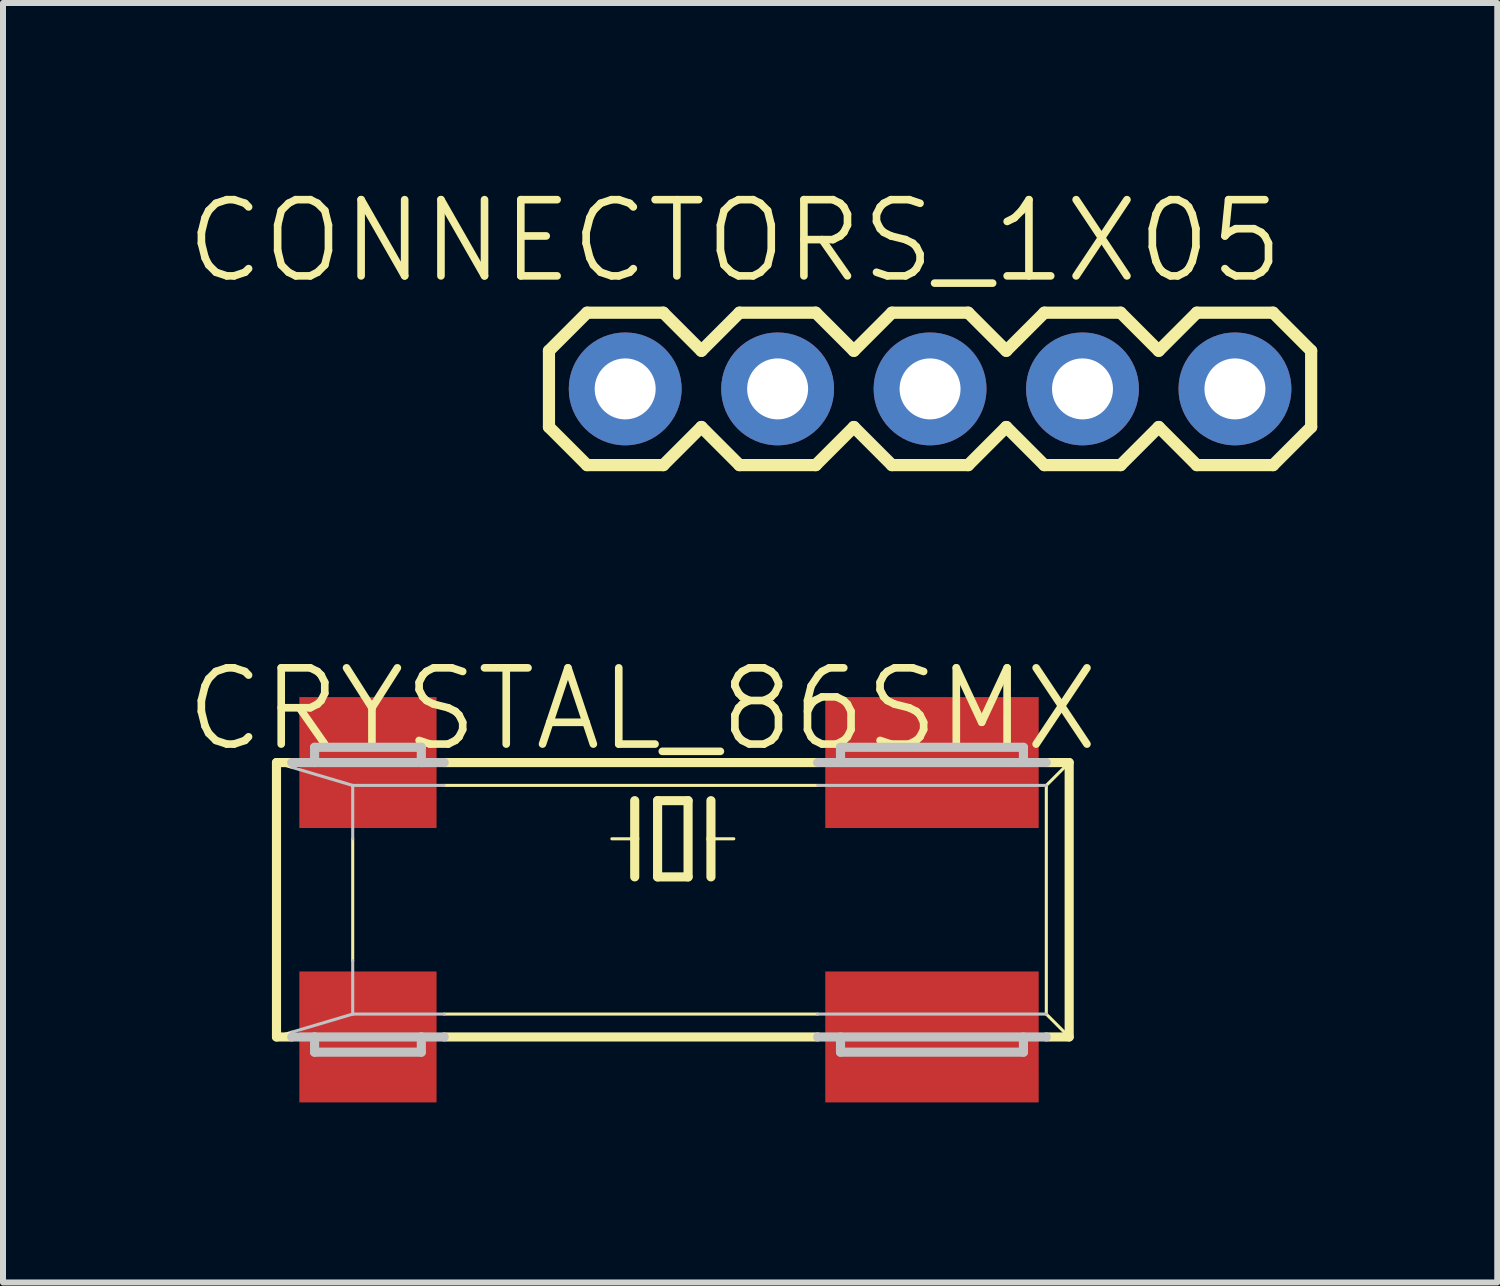
<source format=kicad_pcb>
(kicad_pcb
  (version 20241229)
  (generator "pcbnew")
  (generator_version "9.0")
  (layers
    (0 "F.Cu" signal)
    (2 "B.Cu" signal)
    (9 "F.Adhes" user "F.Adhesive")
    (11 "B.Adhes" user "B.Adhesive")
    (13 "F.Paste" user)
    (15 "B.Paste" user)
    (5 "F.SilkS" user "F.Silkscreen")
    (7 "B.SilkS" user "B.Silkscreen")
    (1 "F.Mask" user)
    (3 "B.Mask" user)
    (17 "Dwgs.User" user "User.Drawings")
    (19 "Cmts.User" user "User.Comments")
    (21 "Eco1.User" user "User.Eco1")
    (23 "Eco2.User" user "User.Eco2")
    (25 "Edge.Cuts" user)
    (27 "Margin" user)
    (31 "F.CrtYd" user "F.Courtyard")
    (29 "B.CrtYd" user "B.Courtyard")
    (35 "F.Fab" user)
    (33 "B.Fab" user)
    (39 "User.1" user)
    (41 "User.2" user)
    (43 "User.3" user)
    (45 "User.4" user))
  (footprint "CONNECTORS_1X05"
    (layer "F.Cu")
    (at 7.367 3.43)
    (property "Reference" "CONNECTORS_1X05" (at 1.829 -2.464 0) (layer "F.SilkS") (effects (font (size 1.27 1.27) (thickness 0.127))))
    (attr exclude_from_pos_files exclude_from_bom)
    (fp_line (start -1.27 -0.635) (end -1.27 0.635) (stroke (width 0.203) (type solid)) (layer "F.SilkS"))
    (fp_line (start -1.27 0.635) (end -0.635 1.27) (stroke (width 0.203) (type solid)) (layer "F.SilkS"))
    (fp_line (start -0.635 -1.27) (end -1.27 -0.635) (stroke (width 0.203) (type solid)) (layer "F.SilkS"))
    (fp_line (start -0.635 -1.27) (end 0.635 -1.27) (stroke (width 0.203) (type solid)) (layer "F.SilkS"))
    (fp_line (start 0.635 -1.27) (end 1.27 -0.635) (stroke (width 0.203) (type solid)) (layer "F.SilkS"))
    (fp_line (start 0.635 1.27) (end -0.635 1.27) (stroke (width 0.203) (type solid)) (layer "F.SilkS"))
    (fp_line (start 1.27 -0.635) (end 1.905 -1.27) (stroke (width 0.203) (type solid)) (layer "F.SilkS"))
    (fp_line (start 1.27 0.635) (end 0.635 1.27) (stroke (width 0.203) (type solid)) (layer "F.SilkS"))
    (fp_line (start 1.905 -1.27) (end 3.175 -1.27) (stroke (width 0.203) (type solid)) (layer "F.SilkS"))
    (fp_line (start 1.905 1.27) (end 1.27 0.635) (stroke (width 0.203) (type solid)) (layer "F.SilkS"))
    (fp_line (start 3.175 -1.27) (end 3.81 -0.635) (stroke (width 0.203) (type solid)) (layer "F.SilkS"))
    (fp_line (start 3.175 1.27) (end 1.905 1.27) (stroke (width 0.203) (type solid)) (layer "F.SilkS"))
    (fp_line (start 3.81 -0.635) (end 4.445 -1.27) (stroke (width 0.203) (type solid)) (layer "F.SilkS"))
    (fp_line (start 3.81 0.635) (end 3.175 1.27) (stroke (width 0.203) (type solid)) (layer "F.SilkS"))
    (fp_line (start 4.445 -1.27) (end 5.715 -1.27) (stroke (width 0.203) (type solid)) (layer "F.SilkS"))
    (fp_line (start 4.445 1.27) (end 3.81 0.635) (stroke (width 0.203) (type solid)) (layer "F.SilkS"))
    (fp_line (start 5.715 -1.27) (end 6.35 -0.635) (stroke (width 0.203) (type solid)) (layer "F.SilkS"))
    (fp_line (start 5.715 1.27) (end 4.445 1.27) (stroke (width 0.203) (type solid)) (layer "F.SilkS"))
    (fp_line (start 6.35 0.635) (end 5.715 1.27) (stroke (width 0.203) (type solid)) (layer "F.SilkS"))
    (fp_line (start 6.35 0.635) (end 6.985 1.27) (stroke (width 0.203) (type solid)) (layer "F.SilkS"))
    (fp_line (start 6.985 -1.27) (end 6.35 -0.635) (stroke (width 0.203) (type solid)) (layer "F.SilkS"))
    (fp_line (start 6.985 -1.27) (end 8.255 -1.27) (stroke (width 0.203) (type solid)) (layer "F.SilkS"))
    (fp_line (start 8.255 -1.27) (end 8.89 -0.635) (stroke (width 0.203) (type solid)) (layer "F.SilkS"))
    (fp_line (start 8.255 1.27) (end 6.985 1.27) (stroke (width 0.203) (type solid)) (layer "F.SilkS"))
    (fp_line (start 8.89 -0.635) (end 9.525 -1.27) (stroke (width 0.203) (type solid)) (layer "F.SilkS"))
    (fp_line (start 8.89 0.635) (end 8.255 1.27) (stroke (width 0.203) (type solid)) (layer "F.SilkS"))
    (fp_line (start 9.525 -1.27) (end 10.795 -1.27) (stroke (width 0.203) (type solid)) (layer "F.SilkS"))
    (fp_line (start 9.525 1.27) (end 8.89 0.635) (stroke (width 0.203) (type solid)) (layer "F.SilkS"))
    (fp_line (start 10.795 -1.27) (end 11.43 -0.635) (stroke (width 0.203) (type solid)) (layer "F.SilkS"))
    (fp_line (start 10.795 1.27) (end 9.525 1.27) (stroke (width 0.203) (type solid)) (layer "F.SilkS"))
    (fp_line (start 11.43 -0.635) (end 11.43 0.635) (stroke (width 0.203) (type solid)) (layer "F.SilkS"))
    (fp_line (start 11.43 0.635) (end 10.795 1.27) (stroke (width 0.203) (type solid)) (layer "F.SilkS"))
    (fp_line (start -0.254 -0.254) (end 0.254 -0.254) (stroke (width 0.066) (type solid)) (layer "Dwgs.User"))
    (fp_line (start -0.254 0.254) (end -0.254 -0.254) (stroke (width 0.066) (type solid)) (layer "Dwgs.User"))
    (fp_line (start -0.254 0.254) (end 0.254 0.254) (stroke (width 0.066) (type solid)) (layer "Dwgs.User"))
    (fp_line (start 0.254 0.254) (end 0.254 -0.254) (stroke (width 0.066) (type solid)) (layer "Dwgs.User"))
    (fp_line (start 2.286 -0.254) (end 2.794 -0.254) (stroke (width 0.066) (type solid)) (layer "Dwgs.User"))
    (fp_line (start 2.286 0.254) (end 2.286 -0.254) (stroke (width 0.066) (type solid)) (layer "Dwgs.User"))
    (fp_line (start 2.286 0.254) (end 2.794 0.254) (stroke (width 0.066) (type solid)) (layer "Dwgs.User"))
    (fp_line (start 2.794 0.254) (end 2.794 -0.254) (stroke (width 0.066) (type solid)) (layer "Dwgs.User"))
    (fp_line (start 4.826 -0.254) (end 5.334 -0.254) (stroke (width 0.066) (type solid)) (layer "Dwgs.User"))
    (fp_line (start 4.826 0.254) (end 4.826 -0.254) (stroke (width 0.066) (type solid)) (layer "Dwgs.User"))
    (fp_line (start 4.826 0.254) (end 5.334 0.254) (stroke (width 0.066) (type solid)) (layer "Dwgs.User"))
    (fp_line (start 5.334 0.254) (end 5.334 -0.254) (stroke (width 0.066) (type solid)) (layer "Dwgs.User"))
    (fp_line (start 7.366 -0.254) (end 7.874 -0.254) (stroke (width 0.066) (type solid)) (layer "Dwgs.User"))
    (fp_line (start 7.366 0.254) (end 7.366 -0.254) (stroke (width 0.066) (type solid)) (layer "Dwgs.User"))
    (fp_line (start 7.366 0.254) (end 7.874 0.254) (stroke (width 0.066) (type solid)) (layer "Dwgs.User"))
    (fp_line (start 7.874 0.254) (end 7.874 -0.254) (stroke (width 0.066) (type solid)) (layer "Dwgs.User"))
    (fp_line (start 9.906 -0.254) (end 10.414 -0.254) (stroke (width 0.066) (type solid)) (layer "Dwgs.User"))
    (fp_line (start 9.906 0.254) (end 9.906 -0.254) (stroke (width 0.066) (type solid)) (layer "Dwgs.User"))
    (fp_line (start 9.906 0.254) (end 10.414 0.254) (stroke (width 0.066) (type solid)) (layer "Dwgs.User"))
    (fp_line (start 10.414 0.254) (end 10.414 -0.254) (stroke (width 0.066) (type solid)) (layer "Dwgs.User"))
    (pad "1" thru_hole circle (at 0 0) (size 1.88 1.88) (drill 1.016) (layers "*.Cu" "*.Paste" "*.Mask"))
    (pad "2" thru_hole circle (at 2.54 0) (size 1.88 1.88) (drill 1.016) (layers "*.Cu" "*.Paste" "*.Mask"))
    (pad "3" thru_hole circle (at 5.08 0) (size 1.88 1.88) (drill 1.016) (layers "*.Cu" "*.Paste" "*.Mask"))
    (pad "4" thru_hole circle (at 7.62 0) (size 1.88 1.88) (drill 1.016) (layers "*.Cu" "*.Paste" "*.Mask"))
    (pad "5" thru_hole circle (at 10.16 0) (size 1.88 1.88) (drill 1.016) (layers "*.Cu" "*.Paste" "*.Mask")))
  (footprint "CRYSTAL_86SMX"
    (layer "F.Cu")
    (at 8.161 11.942)
    (property "Reference" "CRYSTAL_86SMX" (at -0.508 -3.175 0) (layer "F.SilkS") (effects (font (size 1.27 1.27) (thickness 0.127))))
    (attr smd)
    (fp_line (start -6.604 -2.286) (end -6.35 -2.286) (stroke (width 0.152) (type solid)) (layer "F.SilkS"))
    (fp_line (start -6.604 2.286) (end -6.604 -2.286) (stroke (width 0.152) (type solid)) (layer "F.SilkS"))
    (fp_line (start -6.604 2.286) (end -6.35 2.286) (stroke (width 0.152) (type solid)) (layer "F.SilkS"))
    (fp_line (start -6.35 -2.207) (end -6.604 -2.286) (stroke (width 0.051) (type solid)) (layer "F.SilkS"))
    (fp_line (start -6.35 2.207) (end -6.604 2.286) (stroke (width 0.051) (type solid)) (layer "F.SilkS"))
    (fp_line (start -5.334 -1.016) (end -5.334 1.016) (stroke (width 0.051) (type solid)) (layer "F.SilkS"))
    (fp_line (start -3.81 -2.286) (end 2.413 -2.286) (stroke (width 0.152) (type solid)) (layer "F.SilkS"))
    (fp_line (start -3.81 -1.905) (end 2.413 -1.905) (stroke (width 0.051) (type solid)) (layer "F.SilkS"))
    (fp_line (start -3.81 1.905) (end 2.413 1.905) (stroke (width 0.051) (type solid)) (layer "F.SilkS"))
    (fp_line (start -3.81 2.286) (end 2.413 2.286) (stroke (width 0.152) (type solid)) (layer "F.SilkS"))
    (fp_line (start -0.635 -1.651) (end -0.635 -1.016) (stroke (width 0.152) (type solid)) (layer "F.SilkS"))
    (fp_line (start -0.635 -1.016) (end -1.016 -1.016) (stroke (width 0.051) (type solid)) (layer "F.SilkS"))
    (fp_line (start -0.635 -1.016) (end -0.635 -0.381) (stroke (width 0.152) (type solid)) (layer "F.SilkS"))
    (fp_line (start -0.254 -1.651) (end -0.254 -0.381) (stroke (width 0.152) (type solid)) (layer "F.SilkS"))
    (fp_line (start -0.254 -0.381) (end 0.254 -0.381) (stroke (width 0.152) (type solid)) (layer "F.SilkS"))
    (fp_line (start 0.254 -1.651) (end -0.254 -1.651) (stroke (width 0.152) (type solid)) (layer "F.SilkS"))
    (fp_line (start 0.254 -0.381) (end 0.254 -1.651) (stroke (width 0.152) (type solid)) (layer "F.SilkS"))
    (fp_line (start 0.635 -1.651) (end 0.635 -1.016) (stroke (width 0.152) (type solid)) (layer "F.SilkS"))
    (fp_line (start 0.635 -1.016) (end 0.635 -0.381) (stroke (width 0.152) (type solid)) (layer "F.SilkS"))
    (fp_line (start 0.635 -1.016) (end 1.016 -1.016) (stroke (width 0.051) (type solid)) (layer "F.SilkS"))
    (fp_line (start 6.223 -2.286) (end 6.604 -2.286) (stroke (width 0.152) (type solid)) (layer "F.SilkS"))
    (fp_line (start 6.223 -1.905) (end 6.604 -2.286) (stroke (width 0.051) (type solid)) (layer "F.SilkS"))
    (fp_line (start 6.223 1.905) (end 6.223 -1.905) (stroke (width 0.051) (type solid)) (layer "F.SilkS"))
    (fp_line (start 6.223 1.905) (end 6.604 2.286) (stroke (width 0.051) (type solid)) (layer "F.SilkS"))
    (fp_line (start 6.223 2.286) (end 6.604 2.286) (stroke (width 0.152) (type solid)) (layer "F.SilkS"))
    (fp_line (start 6.604 -2.286) (end 6.604 2.286) (stroke (width 0.152) (type solid)) (layer "F.SilkS"))
    (fp_line (start -6.35 -2.286) (end -5.969 -2.286) (stroke (width 0.152) (type solid)) (layer "Dwgs.User"))
    (fp_line (start -6.35 2.286) (end -5.969 2.286) (stroke (width 0.152) (type solid)) (layer "Dwgs.User"))
    (fp_line (start -5.969 -2.54) (end -5.969 -2.286) (stroke (width 0.152) (type solid)) (layer "Dwgs.User"))
    (fp_line (start -5.969 -2.54) (end -4.191 -2.54) (stroke (width 0.152) (type solid)) (layer "Dwgs.User"))
    (fp_line (start -5.969 -2.286) (end -4.191 -2.286) (stroke (width 0.152) (type solid)) (layer "Dwgs.User"))
    (fp_line (start -5.969 2.286) (end -4.191 2.286) (stroke (width 0.152) (type solid)) (layer "Dwgs.User"))
    (fp_line (start -5.969 2.54) (end -5.969 2.286) (stroke (width 0.152) (type solid)) (layer "Dwgs.User"))
    (fp_line (start -5.969 2.54) (end -4.191 2.54) (stroke (width 0.152) (type solid)) (layer "Dwgs.User"))
    (fp_line (start -5.334 -1.905) (end -6.35 -2.207) (stroke (width 0.051) (type solid)) (layer "Dwgs.User"))
    (fp_line (start -5.334 -1.905) (end -5.334 -1.016) (stroke (width 0.051) (type solid)) (layer "Dwgs.User"))
    (fp_line (start -5.334 -1.905) (end -3.81 -1.905) (stroke (width 0.051) (type solid)) (layer "Dwgs.User"))
    (fp_line (start -5.334 1.016) (end -5.334 1.905) (stroke (width 0.051) (type solid)) (layer "Dwgs.User"))
    (fp_line (start -5.334 1.905) (end -6.35 2.207) (stroke (width 0.051) (type solid)) (layer "Dwgs.User"))
    (fp_line (start -5.334 1.905) (end -3.81 1.905) (stroke (width 0.051) (type solid)) (layer "Dwgs.User"))
    (fp_line (start -4.191 -2.54) (end -4.191 -2.286) (stroke (width 0.152) (type solid)) (layer "Dwgs.User"))
    (fp_line (start -4.191 -2.286) (end -3.81 -2.286) (stroke (width 0.152) (type solid)) (layer "Dwgs.User"))
    (fp_line (start -4.191 2.286) (end -3.81 2.286) (stroke (width 0.152) (type solid)) (layer "Dwgs.User"))
    (fp_line (start -4.191 2.54) (end -4.191 2.286) (stroke (width 0.152) (type solid)) (layer "Dwgs.User"))
    (fp_line (start 2.413 -2.286) (end 6.223 -2.286) (stroke (width 0.152) (type solid)) (layer "Dwgs.User"))
    (fp_line (start 2.413 -1.905) (end 6.223 -1.905) (stroke (width 0.051) (type solid)) (layer "Dwgs.User"))
    (fp_line (start 2.413 1.905) (end 6.223 1.905) (stroke (width 0.051) (type solid)) (layer "Dwgs.User"))
    (fp_line (start 2.413 2.286) (end 6.223 2.286) (stroke (width 0.152) (type solid)) (layer "Dwgs.User"))
    (fp_line (start 2.794 -2.54) (end 5.842 -2.54) (stroke (width 0.152) (type solid)) (layer "Dwgs.User"))
    (fp_line (start 2.794 -2.286) (end 2.794 -2.54) (stroke (width 0.152) (type solid)) (layer "Dwgs.User"))
    (fp_line (start 2.794 2.286) (end 2.794 2.54) (stroke (width 0.152) (type solid)) (layer "Dwgs.User"))
    (fp_line (start 2.794 2.54) (end 5.842 2.54) (stroke (width 0.152) (type solid)) (layer "Dwgs.User"))
    (fp_line (start 5.842 -2.54) (end 5.842 -2.286) (stroke (width 0.152) (type solid)) (layer "Dwgs.User"))
    (fp_line (start 5.842 2.54) (end 5.842 2.286) (stroke (width 0.152) (type solid)) (layer "Dwgs.User"))
    (pad "1" smd rect (at -5.08 2.286) (size 2.286 2.182) (layers "F.Cu" "F.Mask" "F.Paste"))
    (pad "2" smd rect (at 4.318 2.286) (size 3.556 2.182) (layers "F.Cu" "F.Mask" "F.Paste"))
    (pad "3" smd rect (at 4.318 -2.286) (size 3.556 2.182) (layers "F.Cu" "F.Mask" "F.Paste"))
    (pad "4" smd rect (at -5.08 -2.286) (size 2.286 2.182) (layers "F.Cu" "F.Mask" "F.Paste")))
  (gr_rect
    (start -3 -3)
    (end 21.898 18.319)
    (stroke (width 0.1) (type default))
    (fill no)
    (layer "Edge.Cuts")))
</source>
